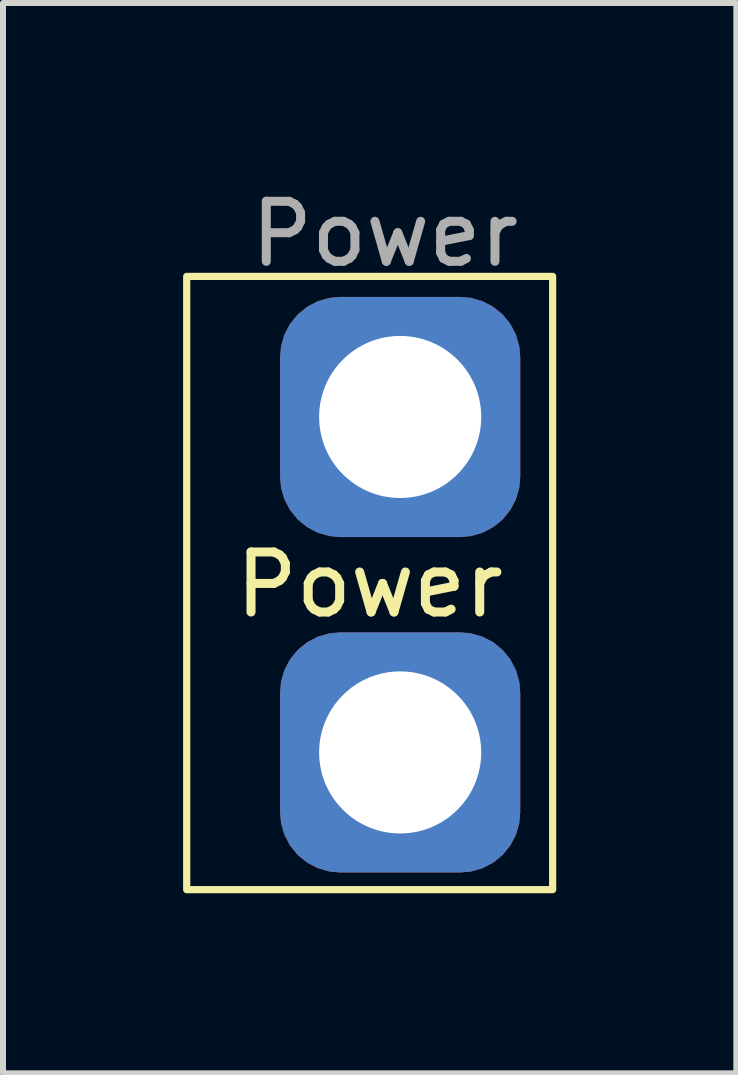
<source format=kicad_pcb>
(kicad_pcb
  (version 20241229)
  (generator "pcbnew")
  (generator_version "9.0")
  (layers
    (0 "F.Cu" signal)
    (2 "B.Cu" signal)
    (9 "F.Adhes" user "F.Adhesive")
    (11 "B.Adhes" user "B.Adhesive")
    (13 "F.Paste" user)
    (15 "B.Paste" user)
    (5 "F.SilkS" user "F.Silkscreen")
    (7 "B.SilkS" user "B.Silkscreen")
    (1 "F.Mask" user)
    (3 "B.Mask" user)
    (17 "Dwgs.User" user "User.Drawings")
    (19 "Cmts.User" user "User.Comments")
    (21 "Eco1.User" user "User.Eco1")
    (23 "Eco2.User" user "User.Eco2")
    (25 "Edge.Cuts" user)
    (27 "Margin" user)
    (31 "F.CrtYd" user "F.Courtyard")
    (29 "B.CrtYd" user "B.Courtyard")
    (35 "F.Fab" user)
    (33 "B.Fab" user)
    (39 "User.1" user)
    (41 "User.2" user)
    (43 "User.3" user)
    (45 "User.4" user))
  (footprint "Power"
    (layer "F.Cu")
    (at 3.616 6.69)
    (property "Reference" "Power" (at -0.508 0 0) (unlocked yes) (layer "F.SilkS") (effects (font (size 1 1) (thickness 0.15))))
    (attr smd)
    (fp_rect (start -3.556 -5.136) (end 2.54 5.08) (stroke (width 0.12) (type default)) (fill no) (layer "F.SilkS"))
    (fp_text user "${REFERENCE}" (at -0.254 -5.842 0) (unlocked yes) (layer "F.Fab") (effects (font (size 1 1) (thickness 0.15))))
    (pad "1" thru_hole roundrect (at 0 -2.794) (size 4 4) (drill 2.7) (layers "*.Cu" "*.Mask") (roundrect_rratio 0.25))
    (pad "2" thru_hole roundrect (at 0 2.794) (size 4 4) (drill 2.7) (layers "*.Cu" "*.Mask") (roundrect_rratio 0.25)))
  (gr_rect
    (start -3 -3)
    (end 9.216 14.83)
    (stroke (width 0.1) (type default))
    (fill no)
    (layer "Edge.Cuts")))
</source>
